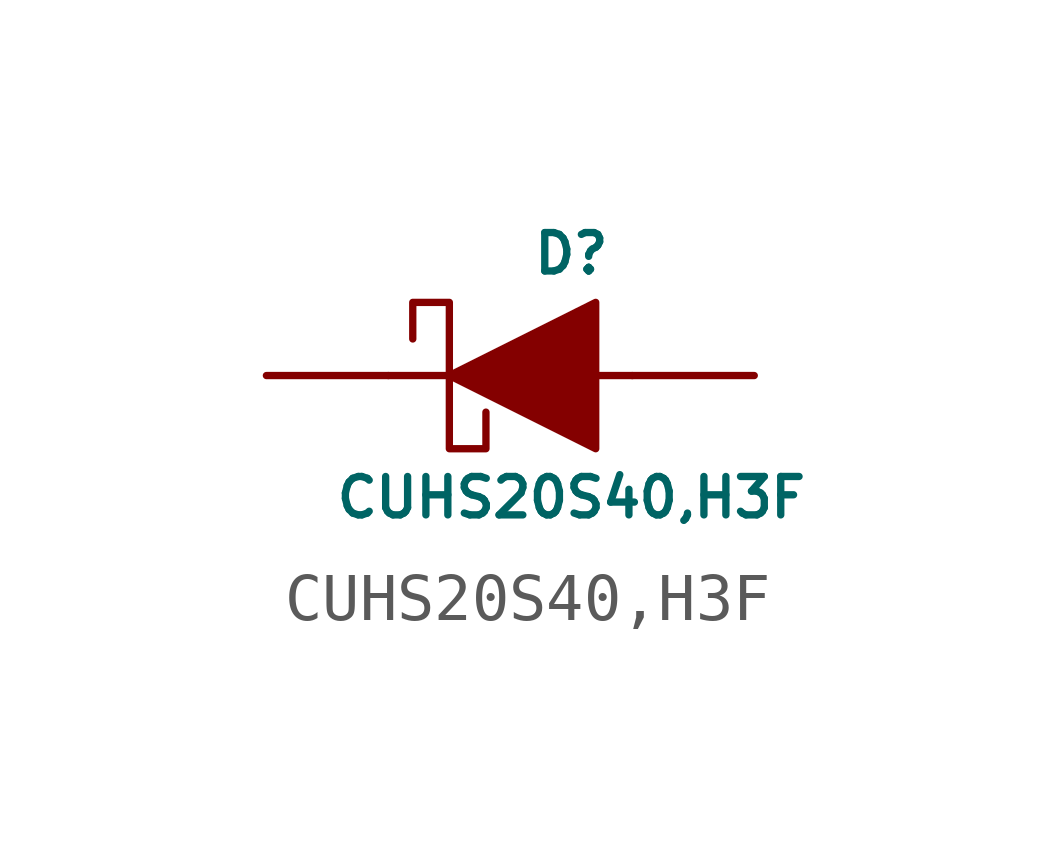
<source format=kicad_sym>
(kicad_symbol_lib
  (version 20220914)
  (generator kicad_symbol_editor)
  (symbol "CUHS20S40,H3F"
    (pin_numbers hide)
    (pin_names hide)
    (property "Reference" "D"
      (at 0 2.54 0)
      (do_not_autoplace)
      (effects (font (size 0.8 0.8))))
    (property "Value" "CUHS20S40,H3F"
      (at 0 -2.54 0)
      (do_not_autoplace)
      (effects (font (size 0.8 0.8))))
    (symbol "CUHS20S40,H3F_0_1"
      (polyline (pts (xy -2.54 0) (xy -3.81 0)) (stroke (width 0) (type default)) (fill (type none)))
      (polyline (pts (xy 1.27 0) (xy 0 0)) (stroke (width 0) (type default)) (fill (type none))))
    (symbol "CUHS20S40,H3F_1_1"
      (polyline (pts (xy -2.54 0) (xy -2.54 -1.524) (xy -1.778 -1.524) (xy -1.778 -0.762)) (stroke (width 0) (type default)) (fill (type none)))
      (polyline (pts (xy -2.54 0) (xy -2.54 1.524) (xy -3.302 1.524) (xy -3.302 0.762)) (stroke (width 0) (type default)) (fill (type none)))
      (polyline (pts (xy 0.508 1.524) (xy 0.508 0) (xy 0.508 -1.524) (xy -2.54 0) (xy 0.508 1.524)) (stroke (width 0) (type default)) (fill (type outline)))
      (pin passive line (at -6.35 0 0) (length 2.54) (name "K" (effects (font (size 1.27 1.27)))) (number "1" (effects (font (size 1.27 1.27)))))
      (pin passive line (at 3.81 0 180) (length 2.54) (name "A" (effects (font (size 1.27 1.27)))) (number "2" (effects (font (size 1.27 1.27))))))))
</source>
